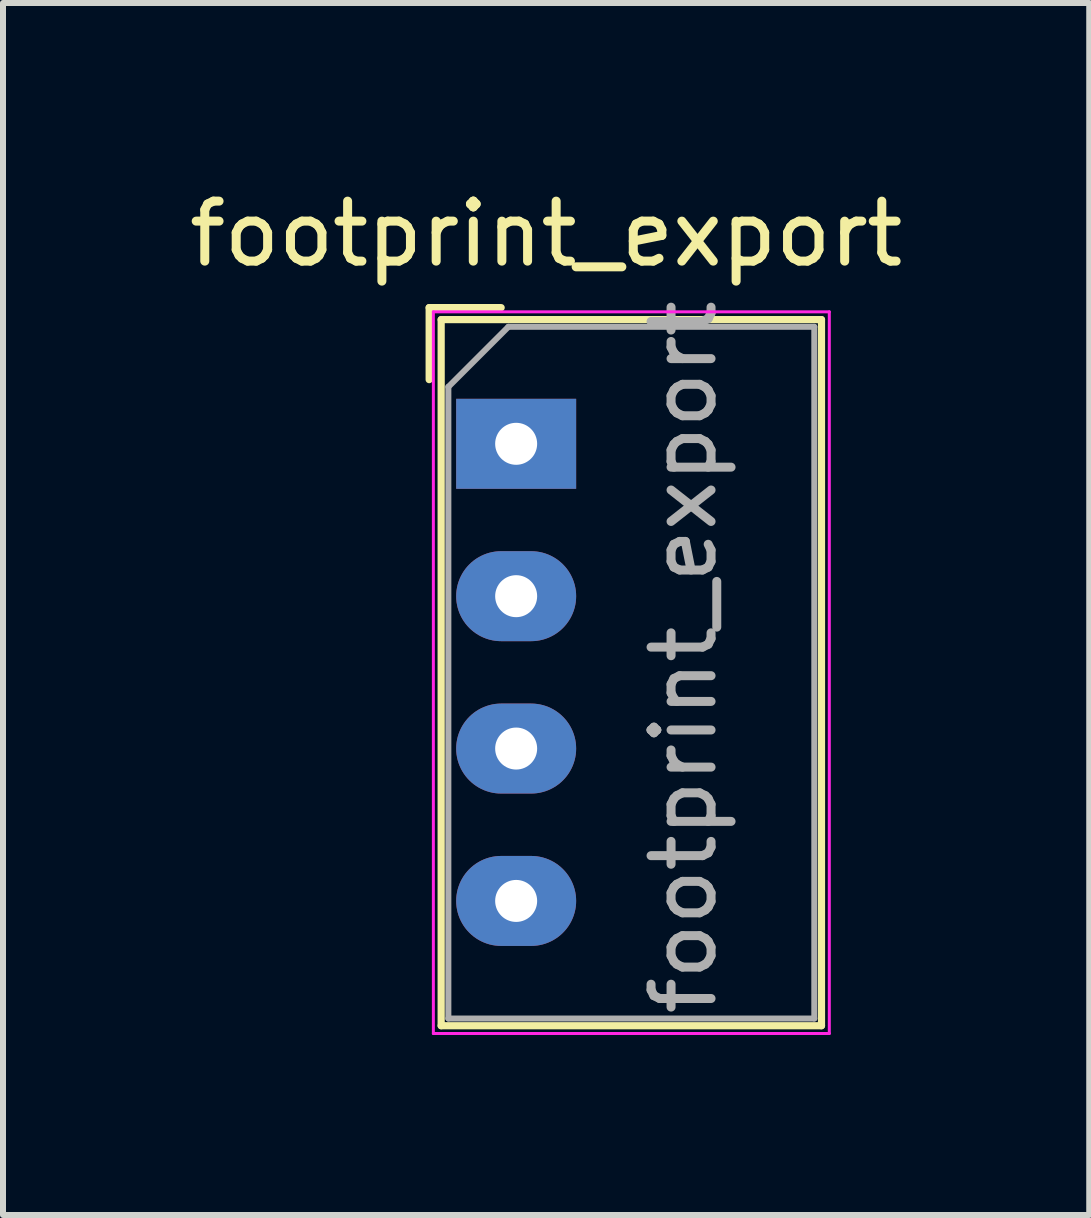
<source format=kicad_pcb>
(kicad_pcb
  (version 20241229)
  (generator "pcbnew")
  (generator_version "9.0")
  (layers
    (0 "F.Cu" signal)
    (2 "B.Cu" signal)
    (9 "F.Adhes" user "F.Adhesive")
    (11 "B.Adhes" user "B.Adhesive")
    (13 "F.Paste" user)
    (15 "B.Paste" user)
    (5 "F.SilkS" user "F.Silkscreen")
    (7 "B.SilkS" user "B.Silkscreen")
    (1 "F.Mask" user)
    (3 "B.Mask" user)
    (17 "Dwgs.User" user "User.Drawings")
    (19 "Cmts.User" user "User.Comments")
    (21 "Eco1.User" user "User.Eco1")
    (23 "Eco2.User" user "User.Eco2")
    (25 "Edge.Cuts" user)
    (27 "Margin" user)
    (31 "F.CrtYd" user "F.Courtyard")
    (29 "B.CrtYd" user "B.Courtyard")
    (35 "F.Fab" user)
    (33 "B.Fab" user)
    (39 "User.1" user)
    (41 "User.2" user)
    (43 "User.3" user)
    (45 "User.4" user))
  (footprint "footprint_export"
    (layer "F.Cu")
    (at 5.554 4.348)
    (property "Reference" "footprint_export" (at 0.5 -3.5 180) (layer "F.SilkS") (effects (font (size 1 1) (thickness 0.15))))
    (attr through_hole)
    (fp_line (start -1.45 -2.27) (end -1.45 -1.07) (stroke (width 0.12) (type solid)) (layer "F.SilkS"))
    (fp_line (start -1.25 -2.07) (end -1.25 9.7) (stroke (width 0.12) (type solid)) (layer "F.SilkS"))
    (fp_line (start -0.25 -2.27) (end -1.45 -2.27) (stroke (width 0.12) (type solid)) (layer "F.SilkS"))
    (fp_line (start 5.09 -2.07) (end -1.25 -2.07) (stroke (width 0.12) (type solid)) (layer "F.SilkS"))
    (fp_line (start 5.09 -2.07) (end 5.09 9.7) (stroke (width 0.12) (type solid)) (layer "F.SilkS"))
    (fp_line (start 5.09 9.7) (end -1.25 9.7) (stroke (width 0.12) (type solid)) (layer "F.SilkS"))
    (fp_line (start -1.38 -2.2) (end -1.38 9.83) (stroke (width 0.05) (type solid)) (layer "F.CrtYd"))
    (fp_line (start 5.22 -2.2) (end -1.38 -2.2) (stroke (width 0.05) (type solid)) (layer "F.CrtYd"))
    (fp_line (start 5.22 -2.2) (end 5.22 9.83) (stroke (width 0.05) (type solid)) (layer "F.CrtYd"))
    (fp_line (start 5.22 9.83) (end -1.38 9.83) (stroke (width 0.05) (type solid)) (layer "F.CrtYd"))
    (fp_line (start -1.13 -0.95) (end -1.13 9.58) (stroke (width 0.1) (type solid)) (layer "F.Fab"))
    (fp_line (start -1.13 9.58) (end 4.97 9.58) (stroke (width 0.1) (type solid)) (layer "F.Fab"))
    (fp_line (start -0.13 -1.95) (end -1.13 -0.95) (stroke (width 0.1) (type solid)) (layer "F.Fab"))
    (fp_line (start -0.13 -1.95) (end 4.97 -1.95) (stroke (width 0.1) (type solid)) (layer "F.Fab"))
    (fp_line (start 4.97 -1.95) (end 4.97 9.58) (stroke (width 0.1) (type solid)) (layer "F.Fab"))
    (fp_text user "${REFERENCE}" (at 2.794 3.556 270) (layer "F.Fab") (effects (font (size 1 1) (thickness 0.15))))
    (pad "1" thru_hole rect (at 0 0 270) (size 1.5 2) (drill 0.7) (layers "*.Cu" "*.Mask"))
    (pad "2" thru_hole oval (at 0 2.54 270) (size 1.5 2) (drill 0.7) (layers "*.Cu" "*.Mask"))
    (pad "3" thru_hole oval (at 0 5.08 270) (size 1.5 2) (drill 0.7) (layers "*.Cu" "*.Mask"))
    (pad "4" thru_hole oval (at 0 7.62 270) (size 1.5 2) (drill 0.7) (layers "*.Cu" "*.Mask")))
  (gr_rect
    (start -3 -3)
    (end 15.107 17.203)
    (stroke (width 0.1) (type default))
    (fill no)
    (layer "Edge.Cuts")))
</source>
